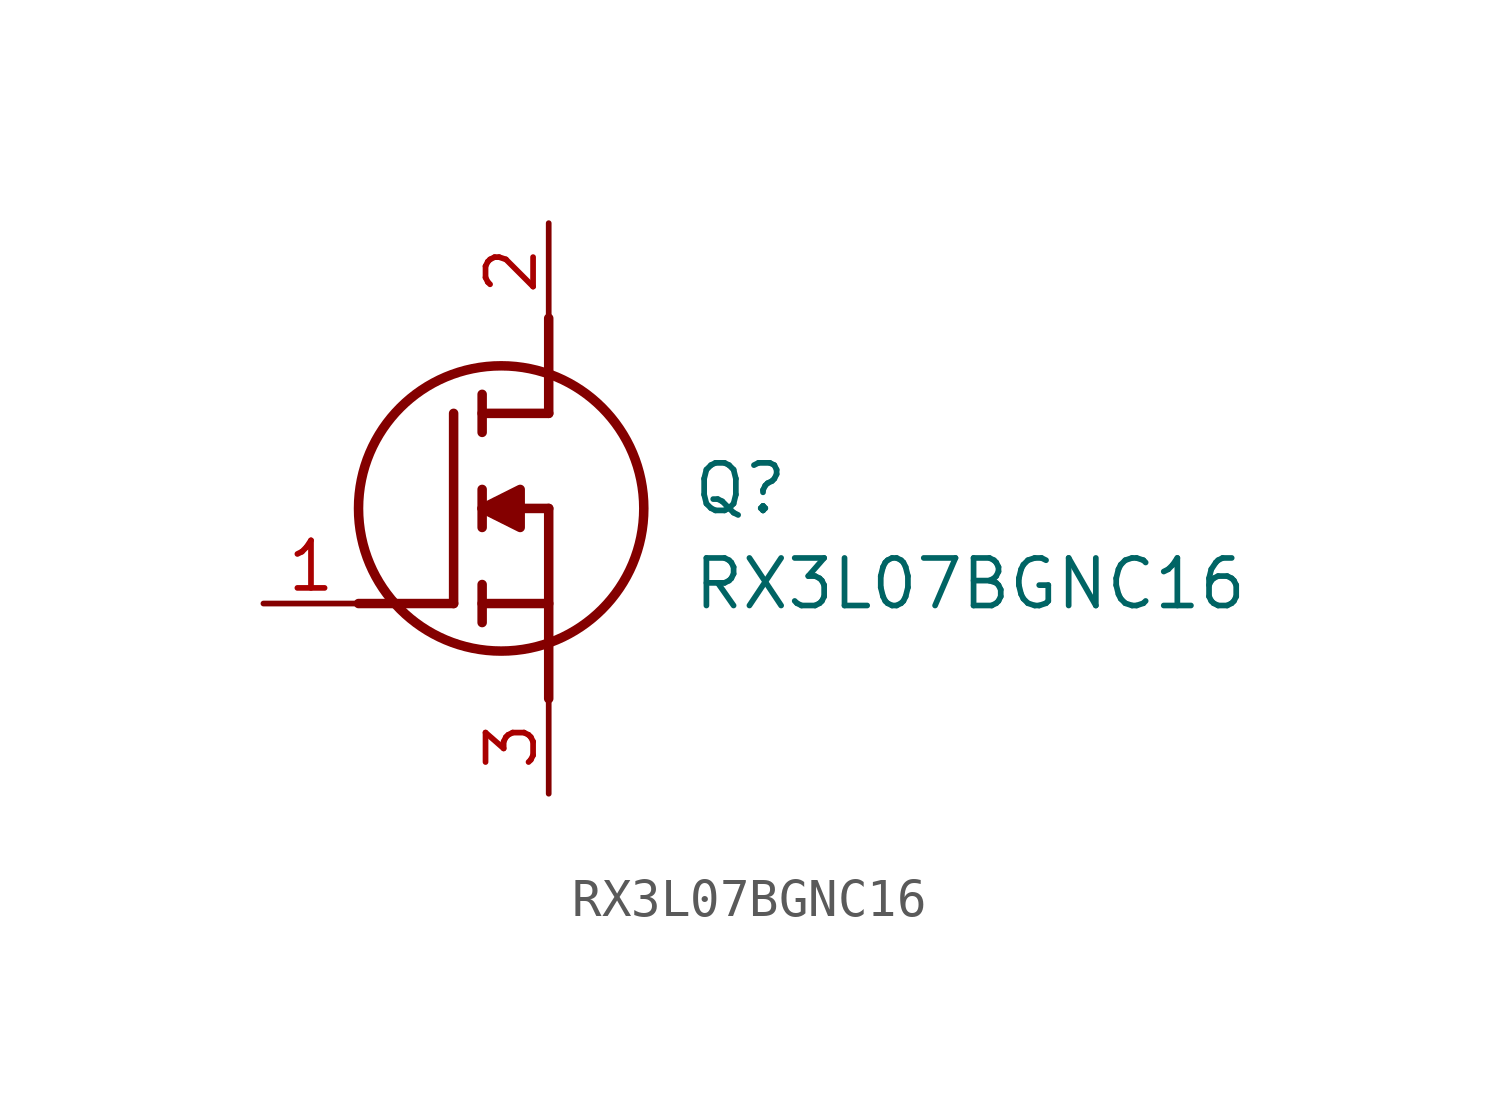
<source format=kicad_sym>
(kicad_symbol_lib
  (version 20220914)
  (generator kicad_symbol_editor)
  (symbol "RX3L07BGNC16"
    (pin_names hide)
    (property "Reference" "Q"
      (at 11.43 3.81 0)
      (effects (font (size 1.27 1.27)) (justify left top)))
    (property "Value" "RX3L07BGNC16"
      (at 11.43 1.27 0)
      (effects (font (size 1.27 1.27)) (justify left top)))
    (symbol "RX3L07BGNC16_1_1"
      (polyline (pts (xy 2.54 0) (xy 5.08 0)) (stroke (width 0.254) (type default)) (fill (type none)))
      (polyline (pts (xy 5.08 5.08) (xy 5.08 0)) (stroke (width 0.254) (type default)) (fill (type none)))
      (polyline (pts (xy 5.842 -0.508) (xy 5.842 0.508)) (stroke (width 0.254) (type default)) (fill (type none)))
      (polyline (pts (xy 5.842 0) (xy 7.62 0)) (stroke (width 0.254) (type default)) (fill (type none)))
      (polyline (pts (xy 5.842 2.032) (xy 5.842 3.048)) (stroke (width 0.254) (type default)) (fill (type none)))
      (polyline (pts (xy 5.842 5.588) (xy 5.842 4.572)) (stroke (width 0.254) (type default)) (fill (type none)))
      (polyline (pts (xy 7.62 2.54) (xy 5.842 2.54)) (stroke (width 0.254) (type default)) (fill (type none)))
      (polyline (pts (xy 7.62 2.54) (xy 7.62 -2.54)) (stroke (width 0.254) (type default)) (fill (type none)))
      (polyline (pts (xy 7.62 5.08) (xy 5.842 5.08)) (stroke (width 0.254) (type default)) (fill (type none)))
      (polyline (pts (xy 7.62 5.08) (xy 7.62 7.62)) (stroke (width 0.254) (type default)) (fill (type none)))
      (polyline (pts (xy 5.842 2.54) (xy 6.858 3.048) (xy 6.858 2.032) (xy 5.842 2.54)) (stroke (width 0.254) (type default)) (fill (type outline)))
      (circle (center 6.35 2.54) (radius 3.81) (stroke (width 0.254) (type default)) (fill (type none)))
      (pin passive line (at 0 0 0) (length 2.54) (name "G" (effects (font (size 1.27 1.27)))) (number "1" (effects (font (size 1.27 1.27)))))
      (pin passive line (at 7.62 10.16 270) (length 2.54) (name "D" (effects (font (size 1.27 1.27)))) (number "2" (effects (font (size 1.27 1.27)))))
      (pin passive line (at 7.62 -5.08 90) (length 2.54) (name "S" (effects (font (size 1.27 1.27)))) (number "3" (effects (font (size 1.27 1.27))))))))
</source>
